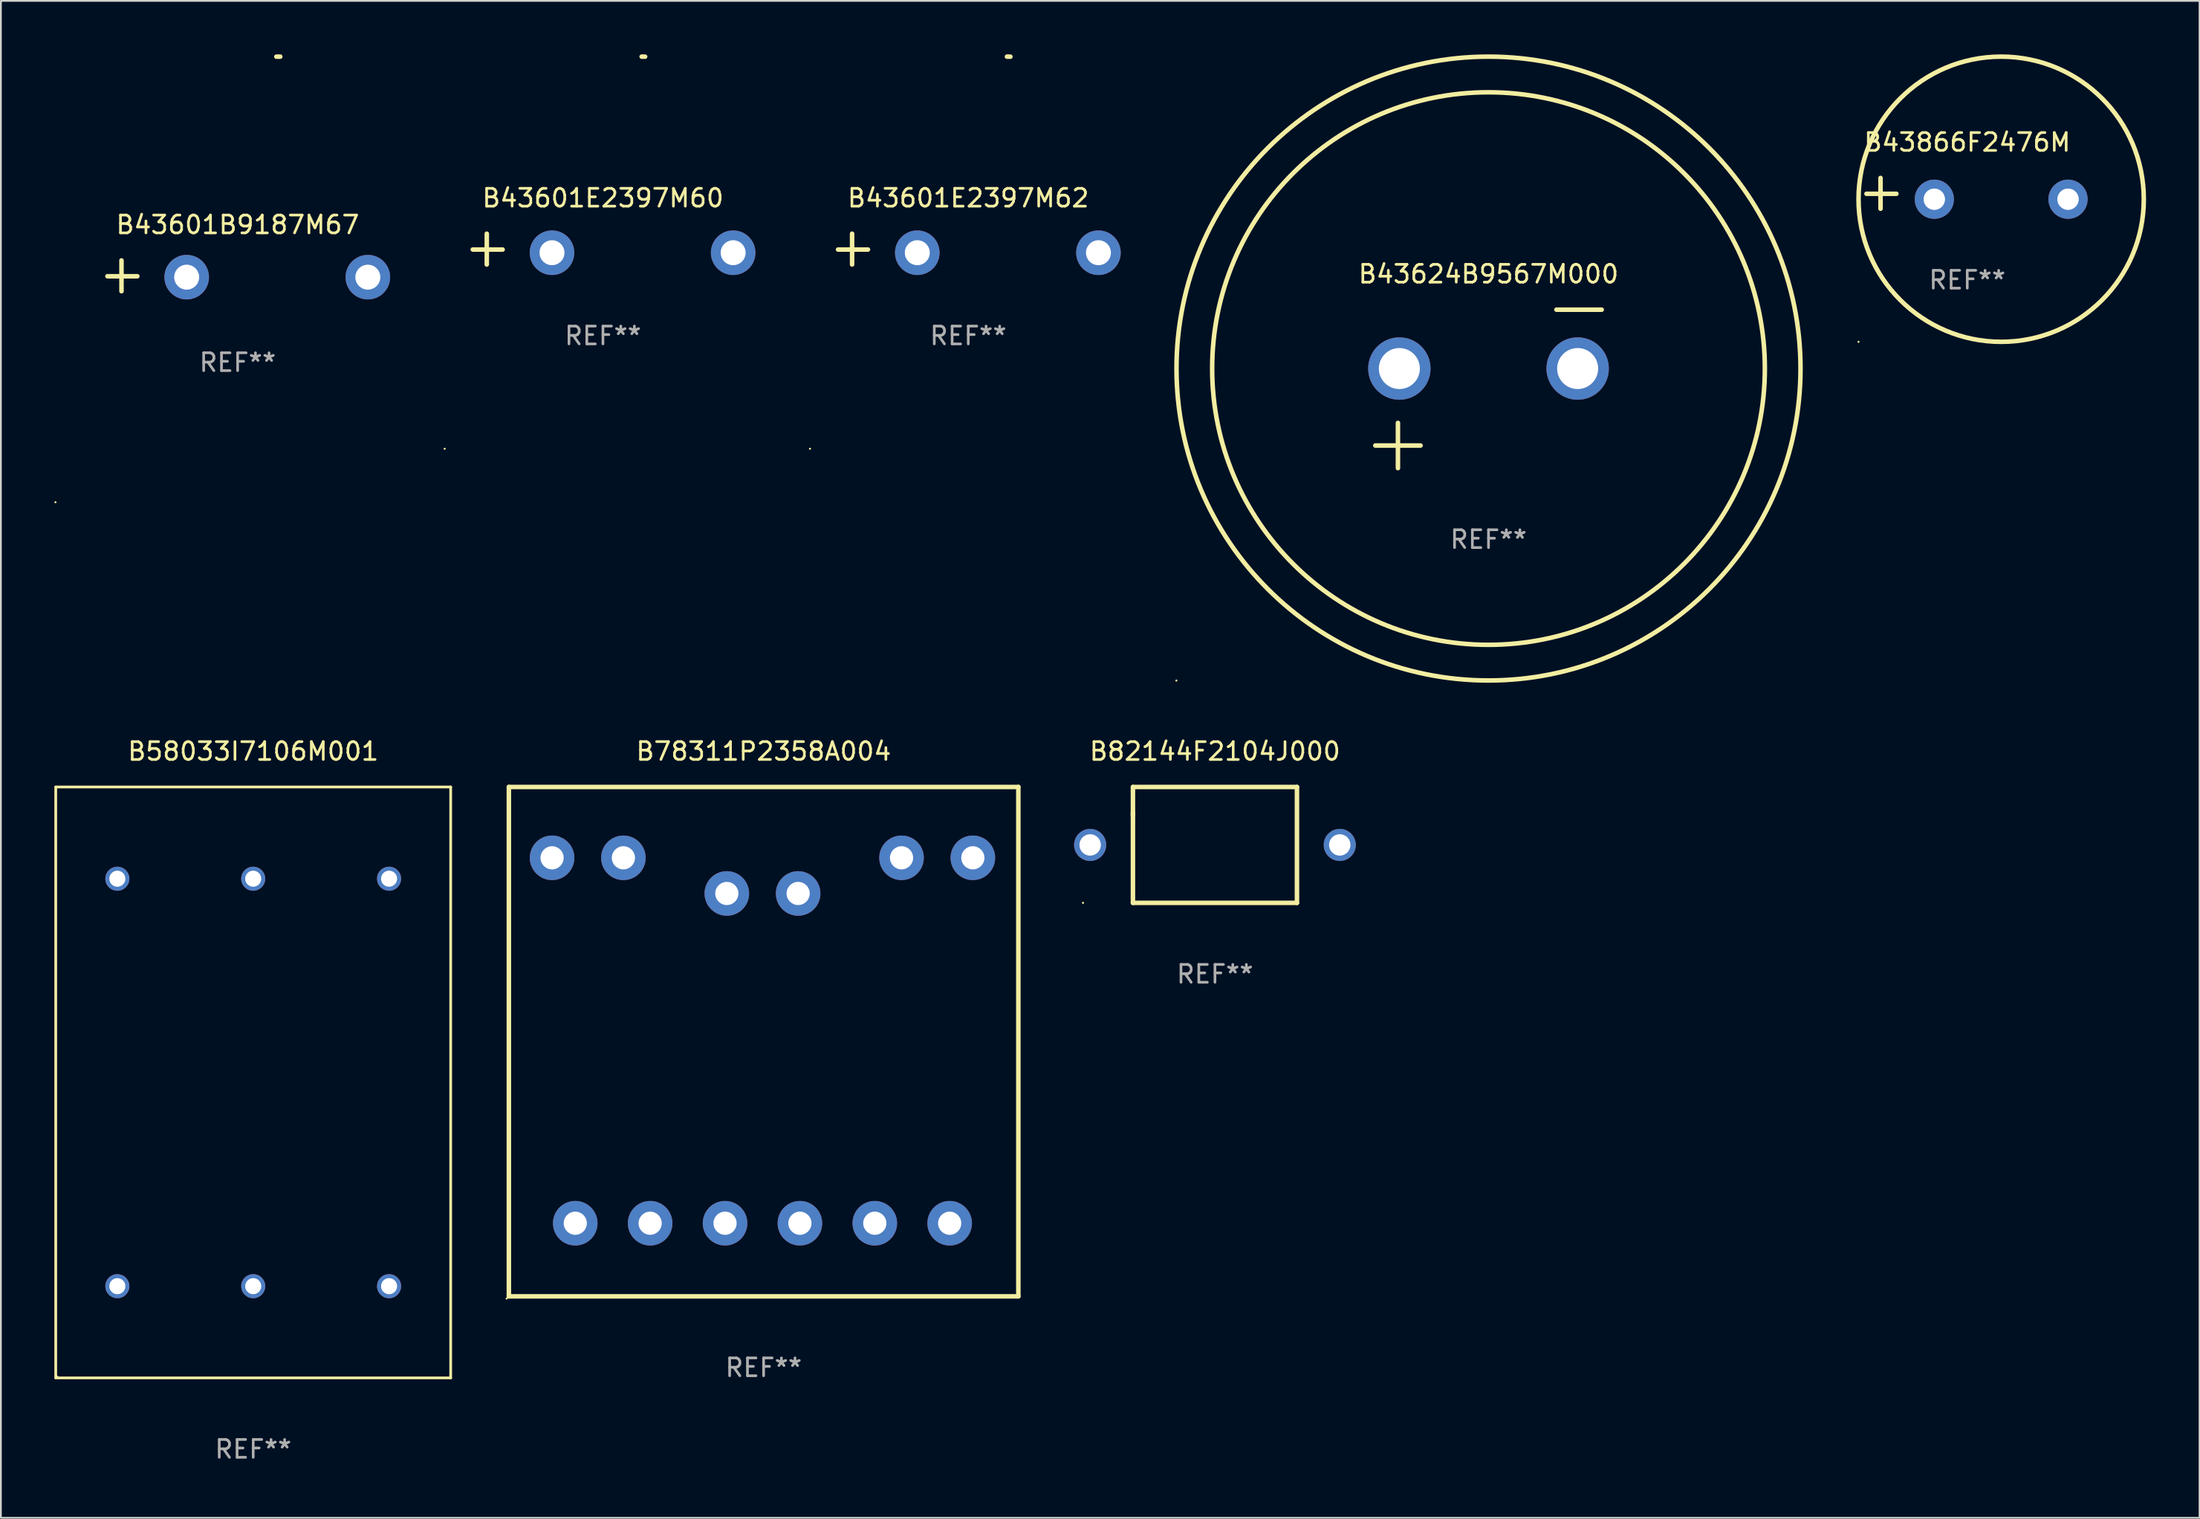
<source format=kicad_pcb>
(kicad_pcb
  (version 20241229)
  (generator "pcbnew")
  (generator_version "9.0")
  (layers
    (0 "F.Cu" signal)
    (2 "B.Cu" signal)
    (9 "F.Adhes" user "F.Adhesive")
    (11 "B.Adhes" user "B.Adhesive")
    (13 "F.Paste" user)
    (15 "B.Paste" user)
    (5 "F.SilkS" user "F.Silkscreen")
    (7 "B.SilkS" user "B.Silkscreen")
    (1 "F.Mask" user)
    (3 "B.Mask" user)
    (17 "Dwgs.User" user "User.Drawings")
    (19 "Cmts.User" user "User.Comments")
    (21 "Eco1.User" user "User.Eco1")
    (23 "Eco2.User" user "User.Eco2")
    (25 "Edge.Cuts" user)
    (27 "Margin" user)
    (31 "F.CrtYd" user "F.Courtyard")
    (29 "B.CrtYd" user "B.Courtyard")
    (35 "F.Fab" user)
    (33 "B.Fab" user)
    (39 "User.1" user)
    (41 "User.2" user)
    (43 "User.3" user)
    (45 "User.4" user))
  (footprint "B43601E2397M62"
    (layer "F.Cu")
    (at 51.257 10.925)
    (property "Reference" "B43601E2397M62" (at 0 -2.864 0) (layer "F.SilkS") (effects (font (size 1 1) (thickness 0.15))))
    (attr through_hole)
    (fp_line (start -6.515 0.864) (end -6.515 -0.864) (stroke (width 0.254) (type solid)) (layer "F.SilkS"))
    (fp_line (start -5.626 0.025) (end -7.303 0.025) (stroke (width 0.254) (type solid)) (layer "F.SilkS"))
    (fp_arc (start 2.171704 -10.797562) (mid 2.268229 -10.796706) (end 2.364744 -10.795022) (stroke (width 0.254001) (type solid)) (layer "F.SilkS"))
    (fp_circle (center -8.877 11.202) (end -8.847 11.202) (stroke (width 0.06) (type solid)) (fill no) (layer "F.SilkS"))
    (fp_text user "REF**" (at 0 4.864 0) (layer "F.Fab") (effects (font (size 1 1) (thickness 0.15))))
    (pad "1" thru_hole circle (at -2.858 0.203) (size 2.5 2.5) (drill 1.4) (layers "*.Cu" "*.Mask"))
    (pad "2" thru_hole circle (at 7.303 0.203) (size 2.5 2.5) (drill 1.4) (layers "*.Cu" "*.Mask")))
  (footprint "B58033I7106M001"
    (layer "F.Cu")
    (at 11.152 57.679)
    (property "Reference" "B58033I7106M001" (at 0 -18.576 0) (layer "F.SilkS") (effects (font (size 1 1) (thickness 0.15))))
    (attr through_hole)
    (fp_line (start -11.076 -16.576) (end 11.076 -16.576) (stroke (width 0.152) (type solid)) (layer "F.SilkS"))
    (fp_line (start -11.076 16.576) (end -11.076 -16.576) (stroke (width 0.152) (type solid)) (layer "F.SilkS"))
    (fp_line (start 11.076 -16.576) (end 11.076 16.576) (stroke (width 0.152) (type solid)) (layer "F.SilkS"))
    (fp_line (start 11.076 16.576) (end -11.076 16.576) (stroke (width 0.152) (type solid)) (layer "F.SilkS"))
    (fp_circle (center -11 16.5) (end -10.97 16.5) (stroke (width 0.06) (type solid)) (fill no) (layer "F.SilkS"))
    (fp_text user "+" (at -8.382 10.16 0) (layer "B.Mask") (effects (font (size 1 1) (thickness 0.15))))
    (fp_text user "-" (at -0.762 10.16 0) (layer "B.Mask") (effects (font (size 1 1) (thickness 0.15))))
    (fp_text user "+" (at 8.382 -10.16 0) (layer "B.Mask") (effects (font (size 1 1) (thickness 0.15))))
    (fp_text user "+" (at -6.858 -10.16 0) (layer "B.Mask") (effects (font (size 1 1) (thickness 0.15))))
    (fp_text user "-" (at 0.762 -10.16 0) (layer "B.Mask") (effects (font (size 1 1) (thickness 0.15))))
    (fp_text user "+" (at 6.858 10.16 0) (layer "B.Mask") (effects (font (size 1 1) (thickness 0.15))))
    (fp_text user "REF**" (at 0 20.576 0) (layer "F.Fab") (effects (font (size 1 1) (thickness 0.15))))
    (pad "1" thru_hole circle (at -7.62 11.43) (size 1.35 1.35) (drill 0.9) (layers "*.Cu" "*.Mask"))
    (pad "2" thru_hole circle (at 0.000025 11.43) (size 1.35 1.35) (drill 0.9) (layers "*.Cu" "*.Mask"))
    (pad "3" thru_hole circle (at 7.62 11.43) (size 1.35 1.35) (drill 0.9) (layers "*.Cu" "*.Mask"))
    (pad "4" thru_hole circle (at 7.62 -11.43) (size 1.35 1.35) (drill 0.9) (layers "*.Cu" "*.Mask"))
    (pad "5" thru_hole circle (at 0.000025 -11.43) (size 1.35 1.35) (drill 0.9) (layers "*.Cu" "*.Mask"))
    (pad "6" thru_hole circle (at -7.62 -11.43) (size 1.35 1.35) (drill 0.9) (layers "*.Cu" "*.Mask")))
  (footprint "B43866F2476M"
    (layer "F.Cu")
    (at 107.289 7.797)
    (property "Reference" "B43866F2476M" (at 0 -2.864 0) (layer "F.SilkS") (effects (font (size 1 1) (thickness 0.15))))
    (attr through_hole)
    (fp_line (start -4.864 0.864) (end -4.864 -0.864) (stroke (width 0.254) (type solid)) (layer "F.SilkS"))
    (fp_line (start -3.975 0.025) (end -5.652 0.025) (stroke (width 0.254) (type solid)) (layer "F.SilkS"))
    (fp_circle (center -6.099 8.33) (end -6.069 8.33) (stroke (width 0.06) (type solid)) (fill no) (layer "F.SilkS"))
    (fp_circle (center 1.902 0.33) (end 9.902 0.33) (stroke (width 0.254) (type solid)) (fill no) (layer "F.SilkS"))
    (fp_text user "REF**" (at 0 4.864 0) (layer "F.Fab") (effects (font (size 1 1) (thickness 0.15))))
    (pad "1" thru_hole circle (at -1.848 0.33) (size 2.2 2.2) (drill 1.2) (layers "*.Cu" "*.Mask"))
    (pad "2" thru_hole circle (at 5.652 0.33) (size 2.2 2.2) (drill 1.2) (layers "*.Cu" "*.Mask")))
  (footprint "B82144F2104J000"
    (layer "F.Cu")
    (at 65.094 44.353)
    (property "Reference" "B82144F2104J000" (at 0 -5.25 0) (layer "F.SilkS") (effects (font (size 1 1) (thickness 0.15))))
    (attr through_hole)
    (fp_line (start -4.6 -3.25) (end 4.6 -3.25) (stroke (width 0.254) (type solid)) (layer "F.SilkS"))
    (fp_line (start -4.6 -1.65) (end -4.6 -3.25) (stroke (width 0.254) (type solid)) (layer "F.SilkS"))
    (fp_line (start -4.6 3.25) (end -4.6 -1.8) (stroke (width 0.254) (type solid)) (layer "F.SilkS"))
    (fp_line (start 4.6 -3.25) (end 4.6 3.25) (stroke (width 0.254) (type solid)) (layer "F.SilkS"))
    (fp_line (start 4.6 3.25) (end -4.6 3.25) (stroke (width 0.254) (type solid)) (layer "F.SilkS"))
    (fp_circle (center -7.4 3.25) (end -7.37 3.25) (stroke (width 0.06) (type solid)) (fill no) (layer "F.SilkS"))
    (fp_text user "REF**" (at 0 7.25 0) (layer "F.Fab") (effects (font (size 1 1) (thickness 0.15))))
    (pad "1" thru_hole circle (at -7 -0.000013) (size 1.8 1.8) (drill 1.2) (layers "*.Cu" "*.Mask"))
    (pad "2" thru_hole circle (at 7 -0.000013) (size 1.8 1.8) (drill 1.2) (layers "*.Cu" "*.Mask")))
  (footprint "B43601E2397M60"
    (layer "F.Cu")
    (at 30.768 10.925)
    (property "Reference" "B43601E2397M60" (at 0 -2.864 0) (layer "F.SilkS") (effects (font (size 1 1) (thickness 0.15))))
    (attr through_hole)
    (fp_line (start -6.515 0.864) (end -6.515 -0.864) (stroke (width 0.254) (type solid)) (layer "F.SilkS"))
    (fp_line (start -5.626 0.025) (end -7.303 0.025) (stroke (width 0.254) (type solid)) (layer "F.SilkS"))
    (fp_arc (start 2.171704 -10.797562) (mid 2.268229 -10.796706) (end 2.364744 -10.795022) (stroke (width 0.254001) (type solid)) (layer "F.SilkS"))
    (fp_circle (center -8.877 11.202) (end -8.847 11.202) (stroke (width 0.06) (type solid)) (fill no) (layer "F.SilkS"))
    (fp_text user "REF**" (at 0 4.864 0) (layer "F.Fab") (effects (font (size 1 1) (thickness 0.15))))
    (pad "1" thru_hole circle (at -2.858 0.203) (size 2.5 2.5) (drill 1.4) (layers "*.Cu" "*.Mask"))
    (pad "2" thru_hole circle (at 7.303 0.203) (size 2.5 2.5) (drill 1.4) (layers "*.Cu" "*.Mask")))
  (footprint "B43601B9187M67"
    (layer "F.Cu")
    (at 10.279 12.424)
    (property "Reference" "B43601B9187M67" (at 0 -2.864 0) (layer "F.SilkS") (effects (font (size 1 1) (thickness 0.15))))
    (attr through_hole)
    (fp_line (start -6.515 0.864) (end -6.515 -0.864) (stroke (width 0.254) (type solid)) (layer "F.SilkS"))
    (fp_line (start -5.626 0.025) (end -7.303 0.025) (stroke (width 0.254) (type solid)) (layer "F.SilkS"))
    (fp_arc (start 2.171704 -12.296165) (mid 2.280925 -12.296638) (end 2.390145 -12.296165) (stroke (width 0.254001) (type solid)) (layer "F.SilkS"))
    (fp_circle (center -10.219 12.703) (end -10.189 12.703) (stroke (width 0.06) (type solid)) (fill no) (layer "F.SilkS"))
    (fp_text user "REF**" (at 0 4.864 0) (layer "F.Fab") (effects (font (size 1 1) (thickness 0.15))))
    (pad "1" thru_hole circle (at -2.858 0.076) (size 2.5 2.5) (drill 1.4) (layers "*.Cu" "*.Mask"))
    (pad "2" thru_hole circle (at 7.303 0.076) (size 2.5 2.5) (drill 1.4) (layers "*.Cu" "*.Mask")))
  (footprint "B78311P2358A004"
    (layer "F.Cu")
    (at 39.779 55.39)
    (property "Reference" "B78311P2358A004" (at 0 -16.288 0) (layer "F.SilkS") (effects (font (size 1 1) (thickness 0.15))))
    (attr through_hole)
    (fp_line (start -14.288 -14.288) (end -14.288 14.288) (stroke (width 0.254) (type solid)) (layer "F.SilkS"))
    (fp_line (start -14.288 14.288) (end 14.288 14.288) (stroke (width 0.254) (type solid)) (layer "F.SilkS"))
    (fp_line (start 14.288 -14.288) (end -14.288 -14.288) (stroke (width 0.254) (type solid)) (layer "F.SilkS"))
    (fp_line (start 14.288 14.288) (end 14.288 -14.288) (stroke (width 0.254) (type solid)) (layer "F.SilkS"))
    (fp_circle (center -14.414 14.415) (end -14.384 14.415) (stroke (width 0.06) (type solid)) (fill no) (layer "F.SilkS"))
    (fp_text user "REF**" (at 0 18.288 0) (layer "F.Fab") (effects (font (size 1 1) (thickness 0.15))))
    (pad "1" thru_hole circle (at -10.564 10.187) (size 2.5 2.5) (drill 1.3) (layers "*.Cu" "*.Mask"))
    (pad "2" thru_hole circle (at -6.364 10.187) (size 2.5 2.5) (drill 1.3) (layers "*.Cu" "*.Mask"))
    (pad "3" thru_hole circle (at -2.163 10.187) (size 2.5 2.5) (drill 1.3) (layers "*.Cu" "*.Mask"))
    (pad "4" thru_hole circle (at 2.036 10.187) (size 2.5 2.5) (drill 1.3) (layers "*.Cu" "*.Mask"))
    (pad "5" thru_hole circle (at 6.237 10.187) (size 2.5 2.5) (drill 1.3) (layers "*.Cu" "*.Mask"))
    (pad "6" thru_hole circle (at 10.436 10.187) (size 2.5 2.5) (drill 1.3) (layers "*.Cu" "*.Mask"))
    (pad "7" thru_hole circle (at 11.736 -10.314) (size 2.5 2.5) (drill 1.3) (layers "*.Cu" "*.Mask"))
    (pad "8" thru_hole circle (at 7.736 -10.314) (size 2.5 2.5) (drill 1.3) (layers "*.Cu" "*.Mask"))
    (pad "9" thru_hole circle (at 1.937 -8.314) (size 2.5 2.5) (drill 1.3) (layers "*.Cu" "*.Mask"))
    (pad "10" thru_hole circle (at -2.063 -8.314) (size 2.5 2.5) (drill 1.3) (layers "*.Cu" "*.Mask"))
    (pad "11" thru_hole circle (at -7.864 -10.314) (size 2.5 2.5) (drill 1.3) (layers "*.Cu" "*.Mask"))
    (pad "12" thru_hole circle (at -11.864 -10.314) (size 2.5 2.5) (drill 1.3) (layers "*.Cu" "*.Mask")))
  (footprint "B43624B9567M000"
    (layer "F.Cu")
    (at 80.437 18.77)
    (property "Reference" "B43624B9567M000" (at 0 -6.445 0) (layer "F.SilkS") (effects (font (size 1 1) (thickness 0.15))))
    (attr through_hole)
    (fp_line (start -6.35 3.175) (end -3.81 3.175) (stroke (width 0.254) (type solid)) (layer "F.SilkS"))
    (fp_line (start -5.08 1.905) (end -5.08 4.445) (stroke (width 0.254) (type solid)) (layer "F.SilkS"))
    (fp_line (start 3.81 -4.445) (end 6.35 -4.445) (stroke (width 0.254) (type solid)) (layer "F.SilkS"))
    (fp_circle (center -17.505 16.362) (end -17.475 16.362) (stroke (width 0.06) (type solid)) (fill no) (layer "F.SilkS"))
    (fp_circle (center 0 -1.143) (end 15.5 -1.143) (stroke (width 0.254) (type solid)) (fill no) (layer "F.SilkS"))
    (fp_circle (center 0 -1.143) (end 17.5 -1.143) (stroke (width 0.254) (type solid)) (fill no) (layer "F.SilkS"))
    (fp_text user "REF**" (at 0 8.445 0) (layer "F.Fab") (effects (font (size 1 1) (thickness 0.15))))
    (pad "1" thru_hole circle (at -5 -1.143) (size 3.5 3.5) (drill 2.3) (layers "*.Cu" "*.Mask"))
    (pad "2" thru_hole circle (at 5 -1.143) (size 3.5 3.5) (drill 2.3) (layers "*.Cu" "*.Mask")))
  (gr_rect
    (start -3 -3)
    (end 120.318 82.103)
    (stroke (width 0.1) (type default))
    (fill no)
    (layer "Edge.Cuts")))
</source>
